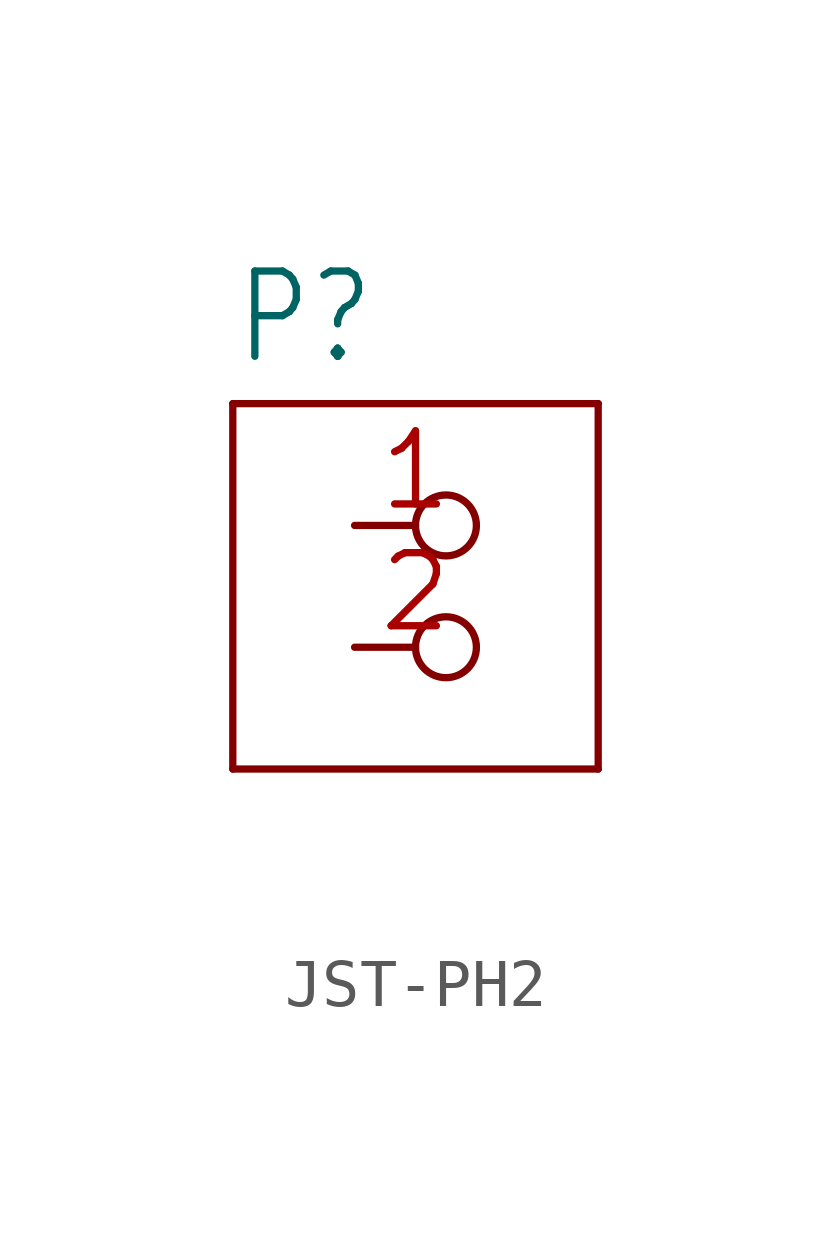
<source format=kicad_sym>
(kicad_symbol_lib
  (version 20241209)
  (generator "kicad_symbol_editor")
  (generator_version "9.0")
  (symbol "JST-PH2"
    (property "Reference" "P"
      (at -5.08 3.302 0)
      (effects (font (size 1.778 1.511)) (justify left bottom)))
    (property "Value" ""
      (at -5.08 -7.366 0)
      (effects (font (size 1.778 1.511)) (justify left bottom)))
    (property "ki_locked" ""
      (at 0 0 0)
      (effects (font (size 1.27 1.27))))
    (symbol "JST-PH2_1_0"
      (polyline (pts (xy -5.08 2.54) (xy -5.08 -5.08)) (stroke (width 0.152) (type solid)) (fill (type none)))
      (polyline (pts (xy -5.08 -5.08) (xy 2.54 -5.08)) (stroke (width 0.152) (type solid)) (fill (type none)))
      (polyline (pts (xy 2.54 2.54) (xy -5.08 2.54)) (stroke (width 0.152) (type solid)) (fill (type none)))
      (polyline (pts (xy 2.54 -5.08) (xy 2.54 2.54)) (stroke (width 0.152) (type solid)) (fill (type none)))
      (pin passive inverted (at -2.54 0 0) (length 2.54) (name "1" (effects (font (size 0 0)))) (number "1" (effects (font (size 1.524 1.524)))))
      (pin passive inverted (at -2.54 -2.54 0) (length 2.54) (name "2" (effects (font (size 0 0)))) (number "2" (effects (font (size 1.524 1.524))))))))
</source>
